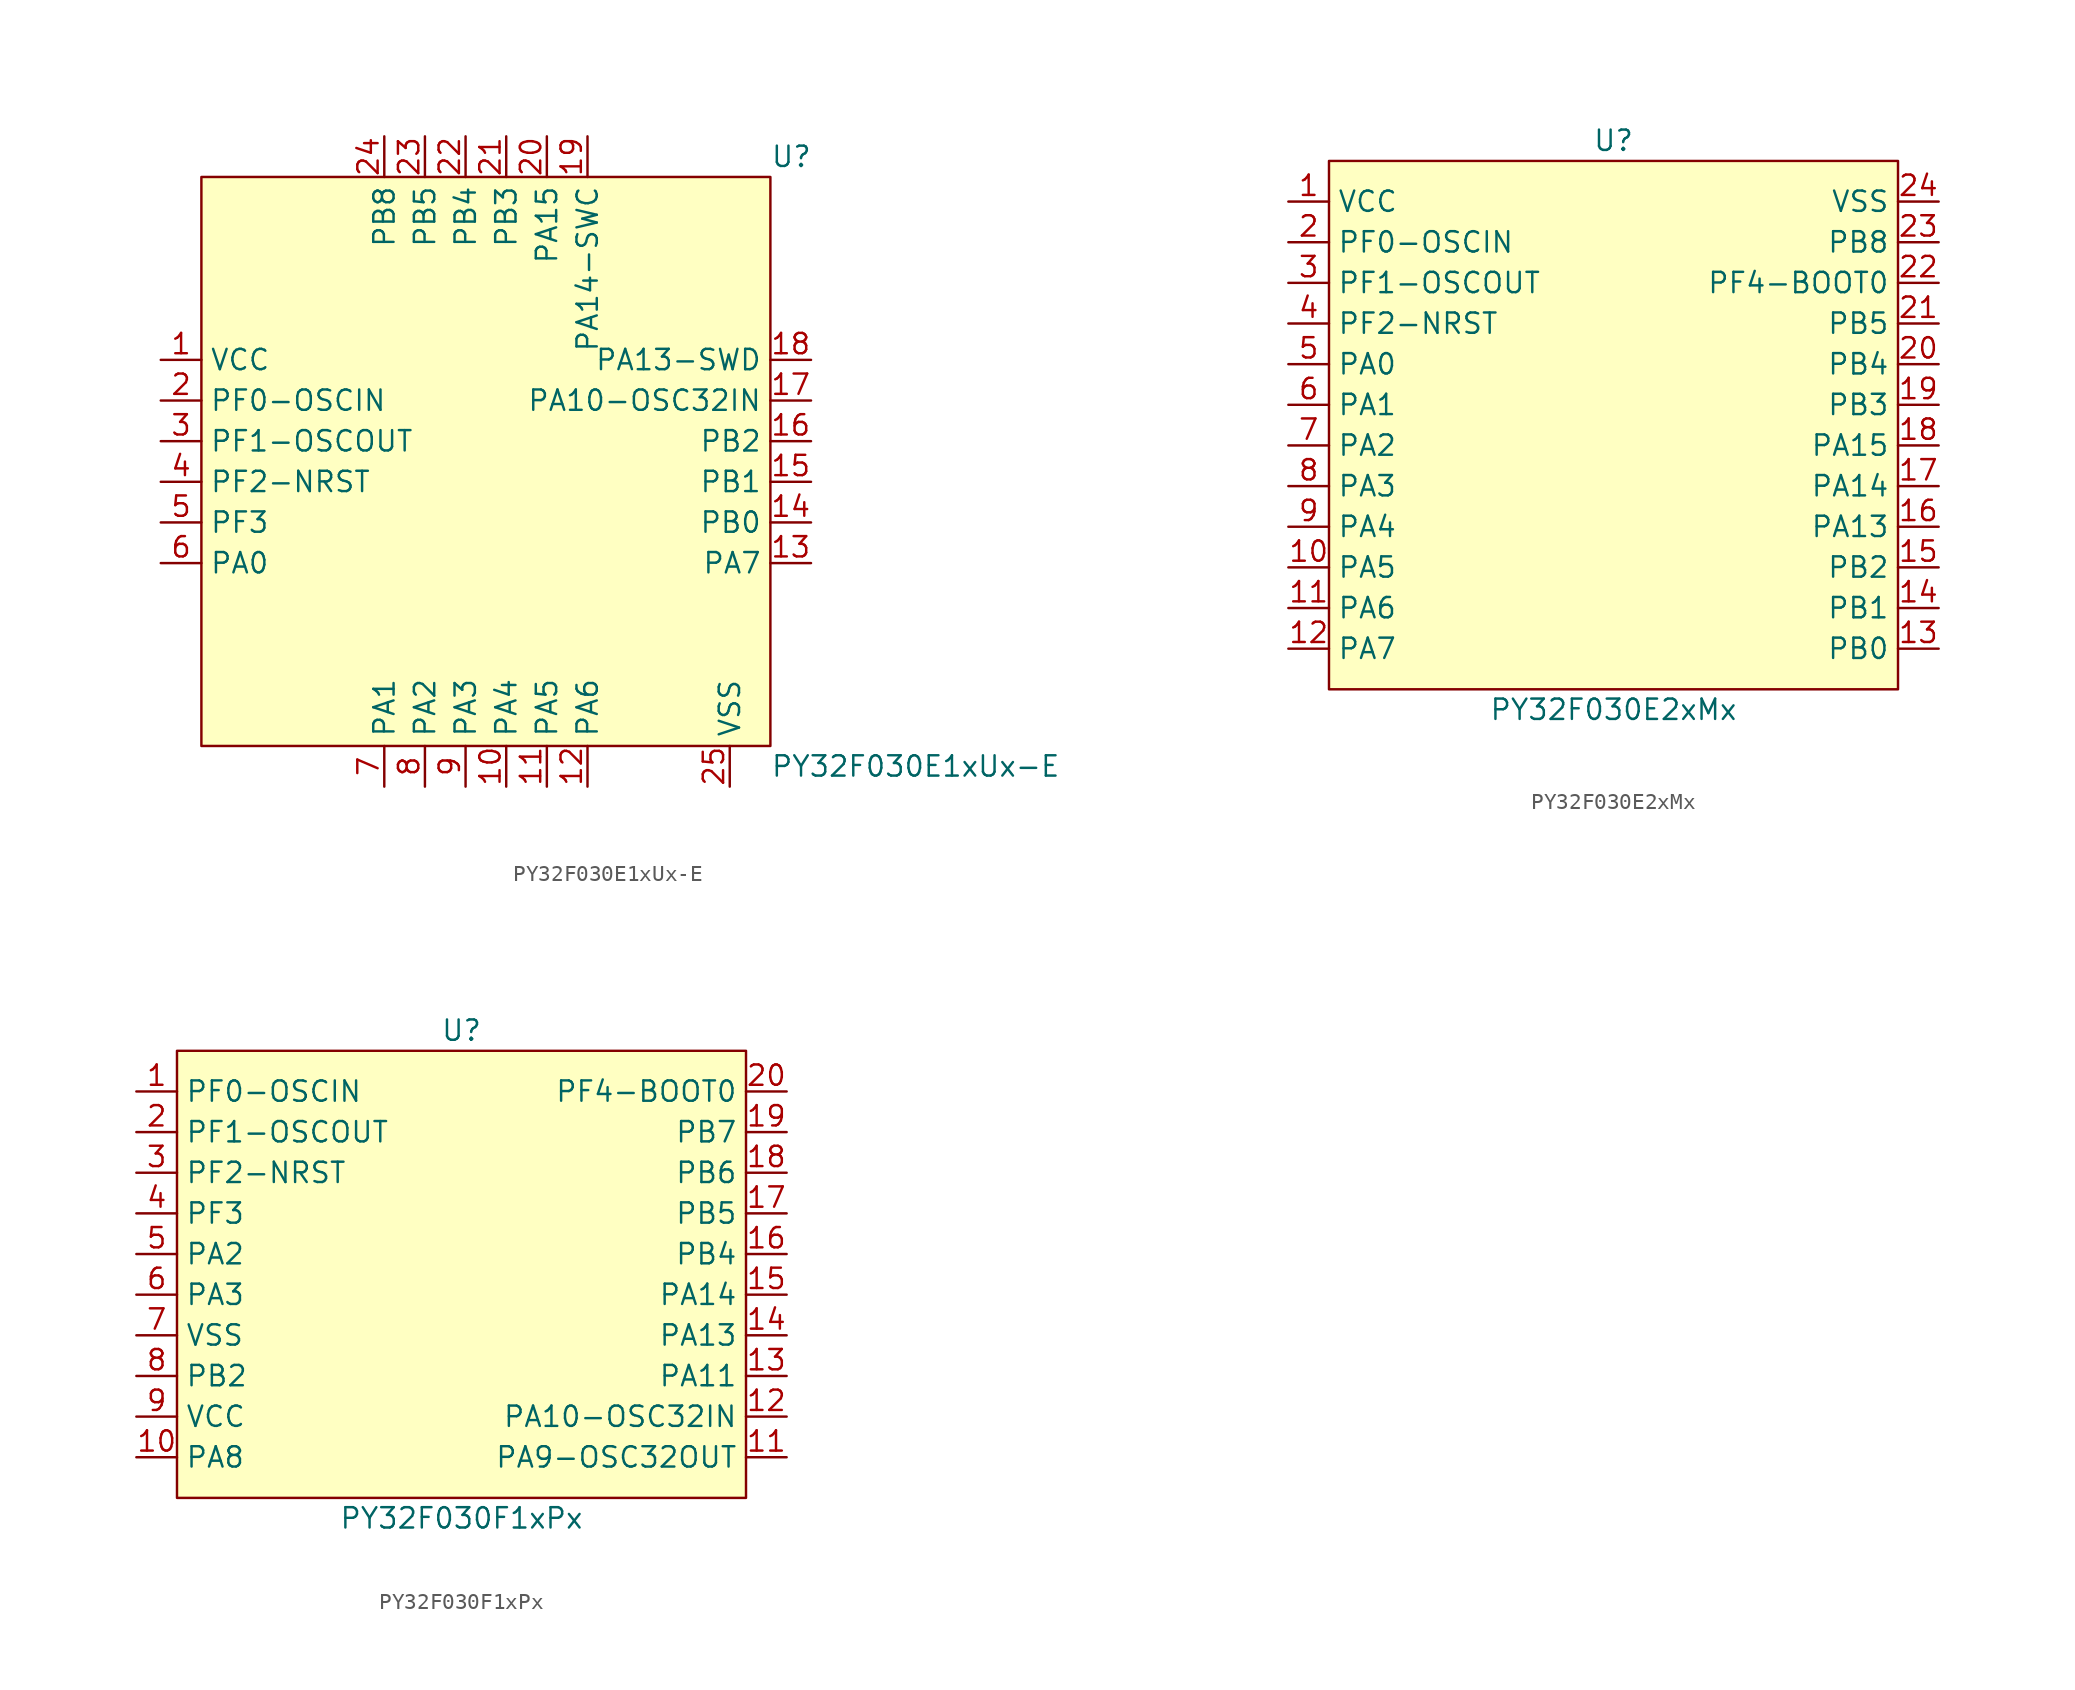
<source format=kicad_sym>
(kicad_symbol_lib
  (version 20241209)
  (generator "kicad_symbol_editor")
  (generator_version "9.0")
  (symbol "PY32F030E1xUx-E"
    (property "Reference" "U"
      (at 19.05 17.78 0)
      (effects (font (size 1.27 1.27)) (justify left)))
    (property "Value" "PY32F030E1xUx-E"
      (at 19.05 -20.32 0)
      (effects (font (size 1.27 1.27)) (justify left)))
    (symbol "PY32F030E1xUx-E_0_0"
      (pin bidirectional line (at -19.05 5.08 0) (length 2.54) (name "VCC" (effects (font (size 1.27 1.27)))) (number "1" (effects (font (size 1.27 1.27)))))
      (pin bidirectional line (at -19.05 2.54 0) (length 2.54) (name "PF0-OSCIN" (effects (font (size 1.27 1.27)))) (number "2" (effects (font (size 1.27 1.27)))))
      (pin bidirectional line (at -19.05 0 0) (length 2.54) (name "PF1-OSCOUT" (effects (font (size 1.27 1.27)))) (number "3" (effects (font (size 1.27 1.27)))))
      (pin bidirectional line (at -19.05 -2.54 0) (length 2.54) (name "PF2-NRST" (effects (font (size 1.27 1.27)))) (number "4" (effects (font (size 1.27 1.27)))))
      (pin bidirectional line (at -19.05 -5.08 0) (length 2.54) (name "PF3" (effects (font (size 1.27 1.27)))) (number "5" (effects (font (size 1.27 1.27)))))
      (pin bidirectional line (at -19.05 -7.62 0) (length 2.54) (name "PA0" (effects (font (size 1.27 1.27)))) (number "6" (effects (font (size 1.27 1.27)))))
      (pin bidirectional line (at -5.08 -21.59 90) (length 2.54) (name "PA1" (effects (font (size 1.27 1.27)))) (number "7" (effects (font (size 1.27 1.27)))))
      (pin bidirectional line (at -2.54 19.05 270) (length 2.54) (name "PB5" (effects (font (size 1.27 1.27)))) (number "23" (effects (font (size 1.27 1.27)))))
      (pin bidirectional line (at -2.54 -21.59 90) (length 2.54) (name "PA2" (effects (font (size 1.27 1.27)))) (number "8" (effects (font (size 1.27 1.27)))))
      (pin bidirectional line (at 0 19.05 270) (length 2.54) (name "PB4" (effects (font (size 1.27 1.27)))) (number "22" (effects (font (size 1.27 1.27)))))
      (pin bidirectional line (at 0 -21.59 90) (length 2.54) (name "PA3" (effects (font (size 1.27 1.27)))) (number "9" (effects (font (size 1.27 1.27)))))
      (pin bidirectional line (at 2.54 19.05 270) (length 2.54) (name "PB3" (effects (font (size 1.27 1.27)))) (number "21" (effects (font (size 1.27 1.27)))))
      (pin bidirectional line (at 2.54 -21.59 90) (length 2.54) (name "PA4" (effects (font (size 1.27 1.27)))) (number "10" (effects (font (size 1.27 1.27)))))
      (pin bidirectional line (at 5.08 19.05 270) (length 2.54) (name "PA15" (effects (font (size 1.27 1.27)))) (number "20" (effects (font (size 1.27 1.27)))))
      (pin bidirectional line (at 5.08 -21.59 90) (length 2.54) (name "PA5" (effects (font (size 1.27 1.27)))) (number "11" (effects (font (size 1.27 1.27)))))
      (pin bidirectional line (at 7.62 19.05 270) (length 2.54) (name "PA14-SWC" (effects (font (size 1.27 1.27)))) (number "19" (effects (font (size 1.27 1.27)))))
      (pin bidirectional line (at 7.62 -21.59 90) (length 2.54) (name "PA6" (effects (font (size 1.27 1.27)))) (number "12" (effects (font (size 1.27 1.27)))))
      (pin bidirectional line (at 21.59 5.08 180) (length 2.54) (name "PA13-SWD" (effects (font (size 1.27 1.27)))) (number "18" (effects (font (size 1.27 1.27)))))
      (pin bidirectional line (at 21.59 2.54 180) (length 2.54) (name "PA10-OSC32IN" (effects (font (size 1.27 1.27)))) (number "17" (effects (font (size 1.27 1.27)))))
      (pin bidirectional line (at 21.59 0 180) (length 2.54) (name "PB2" (effects (font (size 1.27 1.27)))) (number "16" (effects (font (size 1.27 1.27)))))
      (pin bidirectional line (at 21.59 -2.54 180) (length 2.54) (name "PB1" (effects (font (size 1.27 1.27)))) (number "15" (effects (font (size 1.27 1.27)))))
      (pin bidirectional line (at 21.59 -5.08 180) (length 2.54) (name "PB0" (effects (font (size 1.27 1.27)))) (number "14" (effects (font (size 1.27 1.27)))))
      (pin bidirectional line (at 21.59 -7.62 180) (length 2.54) (name "PA7" (effects (font (size 1.27 1.27)))) (number "13" (effects (font (size 1.27 1.27))))))
    (symbol "PY32F030E1xUx-E_1_0"
      (pin bidirectional line (at -5.08 19.05 270) (length 2.54) (name "PB8" (effects (font (size 1.27 1.27)))) (number "24" (effects (font (size 1.27 1.27)))))
      (pin bidirectional line (at 16.51 -21.59 90) (length 2.54) (name "VSS" (effects (font (size 1.27 1.27)))) (number "25" (effects (font (size 1.27 1.27))))))
    (symbol "PY32F030E1xUx-E_1_1"
      (rectangle (start -16.51 16.51) (end 19.05 -19.05) (stroke (width 0) (type solid)) (fill (type background)))))
  (symbol "PY32F030E2xMx"
    (property "Reference" "U"
      (at 0 16.51 0)
      (effects (font (size 1.27 1.27))))
    (property "Value" "PY32F030E2xMx"
      (at 0 -19.05 0)
      (effects (font (size 1.27 1.27))))
    (symbol "PY32F030E2xMx_0_0"
      (pin bidirectional line (at -20.32 12.7 0) (length 2.54) (name "VCC" (effects (font (size 1.27 1.27)))) (number "1" (effects (font (size 1.27 1.27)))))
      (pin bidirectional line (at -20.32 10.16 0) (length 2.54) (name "PF0-OSCIN" (effects (font (size 1.27 1.27)))) (number "2" (effects (font (size 1.27 1.27)))))
      (pin bidirectional line (at -20.32 7.62 0) (length 2.54) (name "PF1-OSCOUT" (effects (font (size 1.27 1.27)))) (number "3" (effects (font (size 1.27 1.27)))))
      (pin bidirectional line (at -20.32 5.08 0) (length 2.54) (name "PF2-NRST" (effects (font (size 1.27 1.27)))) (number "4" (effects (font (size 1.27 1.27)))))
      (pin bidirectional line (at -20.32 2.54 0) (length 2.54) (name "PA0" (effects (font (size 1.27 1.27)))) (number "5" (effects (font (size 1.27 1.27)))))
      (pin bidirectional line (at -20.32 0 0) (length 2.54) (name "PA1" (effects (font (size 1.27 1.27)))) (number "6" (effects (font (size 1.27 1.27)))))
      (pin bidirectional line (at -20.32 -2.54 0) (length 2.54) (name "PA2" (effects (font (size 1.27 1.27)))) (number "7" (effects (font (size 1.27 1.27)))))
      (pin bidirectional line (at -20.32 -5.08 0) (length 2.54) (name "PA3" (effects (font (size 1.27 1.27)))) (number "8" (effects (font (size 1.27 1.27)))))
      (pin bidirectional line (at -20.32 -7.62 0) (length 2.54) (name "PA4" (effects (font (size 1.27 1.27)))) (number "9" (effects (font (size 1.27 1.27)))))
      (pin bidirectional line (at -20.32 -10.16 0) (length 2.54) (name "PA5" (effects (font (size 1.27 1.27)))) (number "10" (effects (font (size 1.27 1.27)))))
      (pin bidirectional line (at -20.32 -12.7 0) (length 2.54) (name "PA6" (effects (font (size 1.27 1.27)))) (number "11" (effects (font (size 1.27 1.27)))))
      (pin bidirectional line (at -20.32 -15.24 0) (length 2.54) (name "PA7" (effects (font (size 1.27 1.27)))) (number "12" (effects (font (size 1.27 1.27)))))
      (pin bidirectional line (at 20.32 12.7 180) (length 2.54) (name "VSS" (effects (font (size 1.27 1.27)))) (number "24" (effects (font (size 1.27 1.27)))))
      (pin bidirectional line (at 20.32 10.16 180) (length 2.54) (name "PB8" (effects (font (size 1.27 1.27)))) (number "23" (effects (font (size 1.27 1.27)))))
      (pin bidirectional line (at 20.32 7.62 180) (length 2.54) (name "PF4-BOOT0" (effects (font (size 1.27 1.27)))) (number "22" (effects (font (size 1.27 1.27)))))
      (pin bidirectional line (at 20.32 5.08 180) (length 2.54) (name "PB5" (effects (font (size 1.27 1.27)))) (number "21" (effects (font (size 1.27 1.27)))))
      (pin bidirectional line (at 20.32 2.54 180) (length 2.54) (name "PB4" (effects (font (size 1.27 1.27)))) (number "20" (effects (font (size 1.27 1.27)))))
      (pin bidirectional line (at 20.32 0 180) (length 2.54) (name "PB3" (effects (font (size 1.27 1.27)))) (number "19" (effects (font (size 1.27 1.27)))))
      (pin bidirectional line (at 20.32 -2.54 180) (length 2.54) (name "PA15" (effects (font (size 1.27 1.27)))) (number "18" (effects (font (size 1.27 1.27)))))
      (pin bidirectional line (at 20.32 -5.08 180) (length 2.54) (name "PA14" (effects (font (size 1.27 1.27)))) (number "17" (effects (font (size 1.27 1.27)))))
      (pin bidirectional line (at 20.32 -7.62 180) (length 2.54) (name "PA13" (effects (font (size 1.27 1.27)))) (number "16" (effects (font (size 1.27 1.27)))))
      (pin bidirectional line (at 20.32 -12.7 180) (length 2.54) (name "PB1" (effects (font (size 1.27 1.27)))) (number "14" (effects (font (size 1.27 1.27)))))
      (pin bidirectional line (at 20.32 -15.24 180) (length 2.54) (name "PB0" (effects (font (size 1.27 1.27)))) (number "13" (effects (font (size 1.27 1.27))))))
    (symbol "PY32F030E2xMx_1_0"
      (pin bidirectional line (at 20.32 -10.16 180) (length 2.54) (name "PB2" (effects (font (size 1.27 1.27)))) (number "15" (effects (font (size 1.27 1.27))))))
    (symbol "PY32F030E2xMx_1_1"
      (rectangle (start -17.78 15.24) (end 17.78 -17.78) (stroke (width 0) (type solid)) (fill (type background)))))
  (symbol "PY32F030F1xPx"
    (property "Reference" "U"
      (at 0 13.97 0)
      (effects (font (size 1.27 1.27))))
    (property "Value" "PY32F030F1xPx"
      (at 0 -16.51 0)
      (effects (font (size 1.27 1.27))))
    (symbol "PY32F030F1xPx_0_0"
      (pin bidirectional line (at -20.32 10.16 0) (length 2.54) (name "PF0-OSCIN" (effects (font (size 1.27 1.27)))) (number "1" (effects (font (size 1.27 1.27)))))
      (pin bidirectional line (at -20.32 7.62 0) (length 2.54) (name "PF1-OSCOUT" (effects (font (size 1.27 1.27)))) (number "2" (effects (font (size 1.27 1.27)))))
      (pin bidirectional line (at -20.32 5.08 0) (length 2.54) (name "PF2-NRST" (effects (font (size 1.27 1.27)))) (number "3" (effects (font (size 1.27 1.27)))))
      (pin bidirectional line (at -20.32 2.54 0) (length 2.54) (name "PF3" (effects (font (size 1.27 1.27)))) (number "4" (effects (font (size 1.27 1.27)))))
      (pin bidirectional line (at -20.32 0 0) (length 2.54) (name "PA2" (effects (font (size 1.27 1.27)))) (number "5" (effects (font (size 1.27 1.27)))))
      (pin bidirectional line (at -20.32 -2.54 0) (length 2.54) (name "PA3" (effects (font (size 1.27 1.27)))) (number "6" (effects (font (size 1.27 1.27)))))
      (pin bidirectional line (at -20.32 -5.08 0) (length 2.54) (name "VSS" (effects (font (size 1.27 1.27)))) (number "7" (effects (font (size 1.27 1.27)))))
      (pin bidirectional line (at -20.32 -7.62 0) (length 2.54) (name "PB2" (effects (font (size 1.27 1.27)))) (number "8" (effects (font (size 1.27 1.27)))))
      (pin bidirectional line (at -20.32 -10.16 0) (length 2.54) (name "VCC" (effects (font (size 1.27 1.27)))) (number "9" (effects (font (size 1.27 1.27)))))
      (pin bidirectional line (at -20.32 -12.7 0) (length 2.54) (name "PA8" (effects (font (size 1.27 1.27)))) (number "10" (effects (font (size 1.27 1.27)))))
      (pin bidirectional line (at 20.32 10.16 180) (length 2.54) (name "PF4-BOOT0" (effects (font (size 1.27 1.27)))) (number "20" (effects (font (size 1.27 1.27)))))
      (pin bidirectional line (at 20.32 7.62 180) (length 2.54) (name "PB7" (effects (font (size 1.27 1.27)))) (number "19" (effects (font (size 1.27 1.27)))))
      (pin bidirectional line (at 20.32 5.08 180) (length 2.54) (name "PB6" (effects (font (size 1.27 1.27)))) (number "18" (effects (font (size 1.27 1.27)))))
      (pin bidirectional line (at 20.32 2.54 180) (length 2.54) (name "PB5" (effects (font (size 1.27 1.27)))) (number "17" (effects (font (size 1.27 1.27)))))
      (pin bidirectional line (at 20.32 0 180) (length 2.54) (name "PB4" (effects (font (size 1.27 1.27)))) (number "16" (effects (font (size 1.27 1.27)))))
      (pin bidirectional line (at 20.32 -2.54 180) (length 2.54) (name "PA14" (effects (font (size 1.27 1.27)))) (number "15" (effects (font (size 1.27 1.27)))))
      (pin bidirectional line (at 20.32 -5.08 180) (length 2.54) (name "PA13" (effects (font (size 1.27 1.27)))) (number "14" (effects (font (size 1.27 1.27)))))
      (pin bidirectional line (at 20.32 -7.62 180) (length 2.54) (name "PA11" (effects (font (size 1.27 1.27)))) (number "13" (effects (font (size 1.27 1.27)))))
      (pin bidirectional line (at 20.32 -10.16 180) (length 2.54) (name "PA10-OSC32IN" (effects (font (size 1.27 1.27)))) (number "12" (effects (font (size 1.27 1.27)))))
      (pin bidirectional line (at 20.32 -12.7 180) (length 2.54) (name "PA9-OSC32OUT" (effects (font (size 1.27 1.27)))) (number "11" (effects (font (size 1.27 1.27))))))
    (symbol "PY32F030F1xPx_1_1"
      (rectangle (start -17.78 12.7) (end 17.78 -15.24) (stroke (width 0) (type solid)) (fill (type background))))))
</source>
